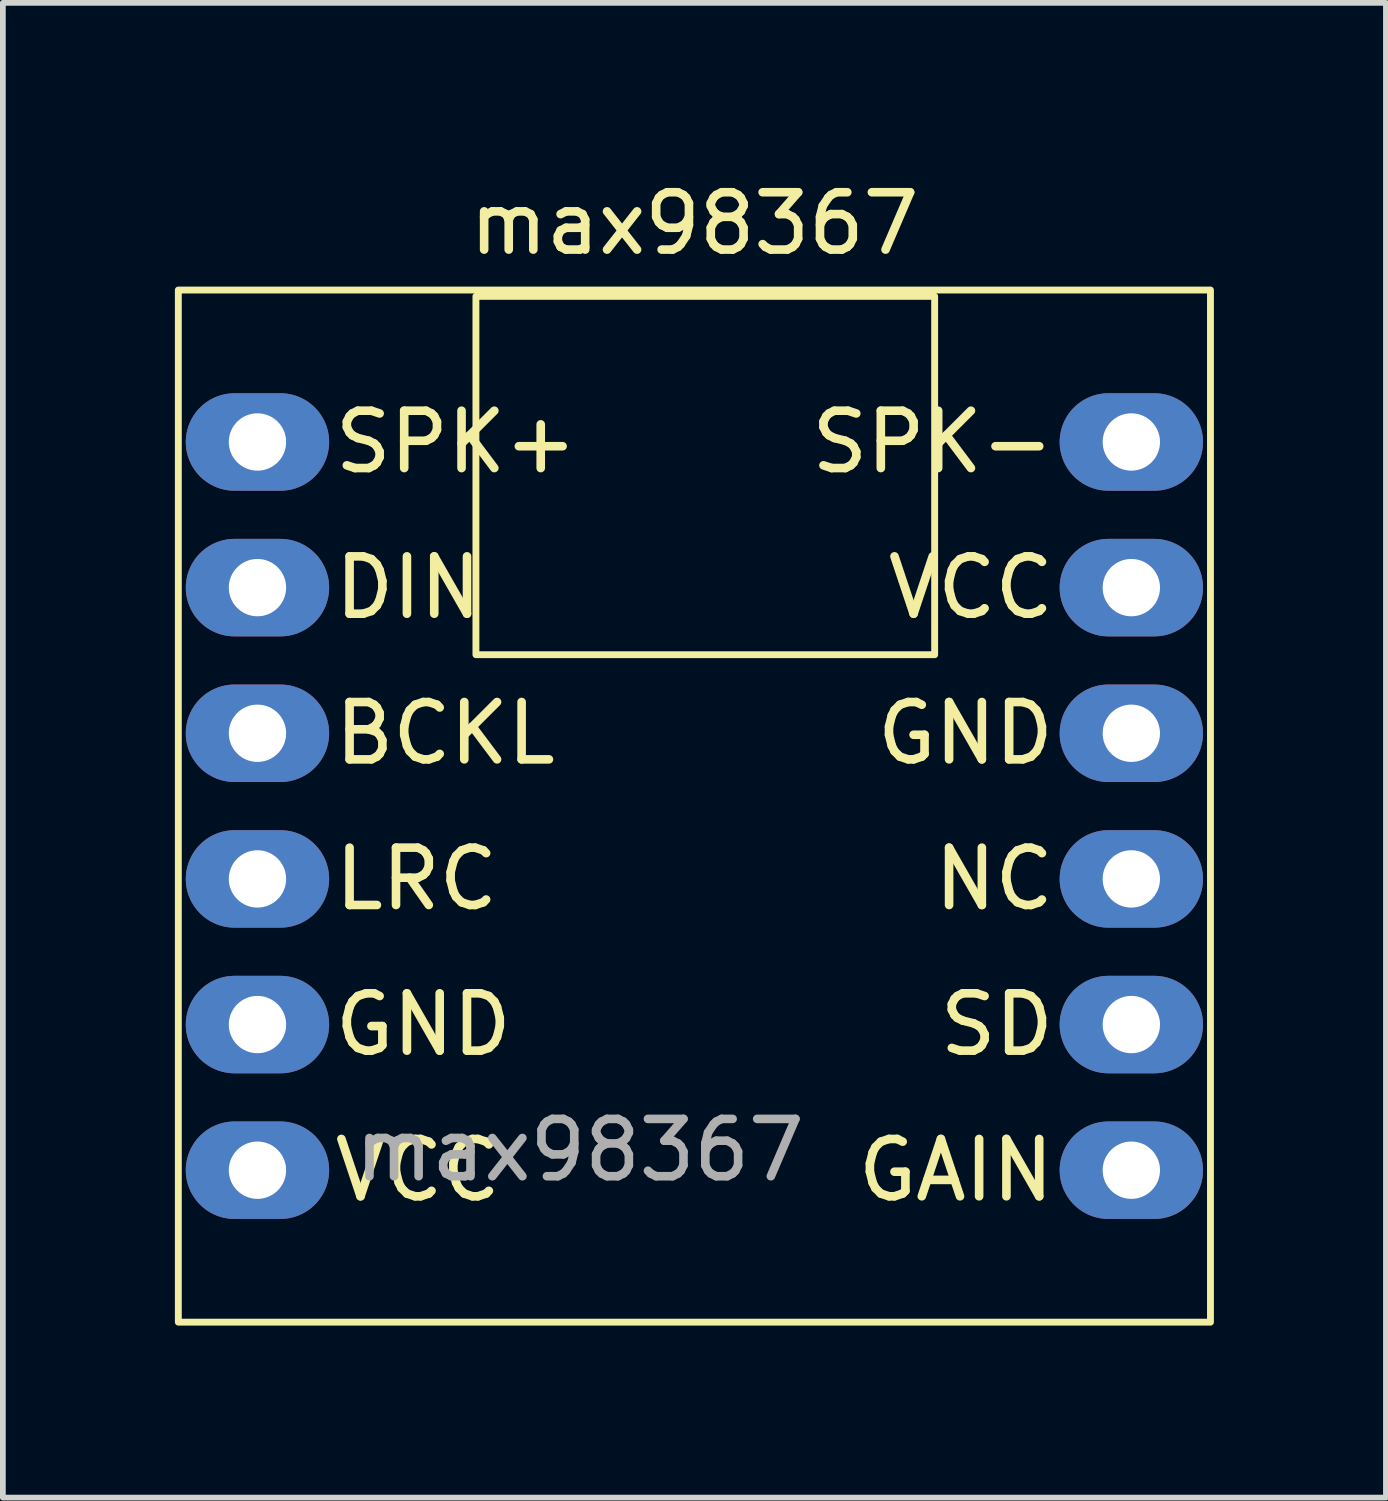
<source format=kicad_pcb>
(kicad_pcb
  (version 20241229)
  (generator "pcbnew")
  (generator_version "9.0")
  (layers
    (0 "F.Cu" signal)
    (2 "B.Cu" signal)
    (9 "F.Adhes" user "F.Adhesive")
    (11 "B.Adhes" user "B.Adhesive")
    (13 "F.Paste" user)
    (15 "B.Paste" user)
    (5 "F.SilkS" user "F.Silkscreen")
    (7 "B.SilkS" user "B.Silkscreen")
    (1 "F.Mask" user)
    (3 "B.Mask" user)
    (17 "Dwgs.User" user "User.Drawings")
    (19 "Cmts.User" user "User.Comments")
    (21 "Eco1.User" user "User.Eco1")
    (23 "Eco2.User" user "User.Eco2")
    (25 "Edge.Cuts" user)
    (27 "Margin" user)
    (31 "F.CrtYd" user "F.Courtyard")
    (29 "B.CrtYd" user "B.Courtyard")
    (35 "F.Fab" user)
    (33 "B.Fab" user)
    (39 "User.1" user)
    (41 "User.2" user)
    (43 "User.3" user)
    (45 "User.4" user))
  (footprint "max98367"
    (layer "F.Cu")
    (at 9.06 11.008)
    (property "Reference" "max98367" (at 0 -10.16 0) (unlocked yes) (layer "F.SilkS") (effects (font (size 1 1) (thickness 0.15))))
    (attr through_hole)
    (fp_rect (start -9 -9) (end 9 9) (stroke (width 0.12) (type solid)) (fill no) (layer "F.SilkS"))
    (fp_rect (start -3.81 -8.89) (end 4.19 -2.64) (stroke (width 0.12) (type solid)) (fill no) (layer "F.SilkS"))
    (fp_text user "SD" (at 6.35 3.81 0) (unlocked yes) (layer "F.SilkS") (effects (font (size 1 1) (thickness 0.15)) (justify right)))
    (fp_text user "VCC" (at -6.35 6.35 0) (unlocked yes) (layer "F.SilkS") (effects (font (size 1 1) (thickness 0.15)) (justify left)))
    (fp_text user "LRC" (at -6.35 1.27 0) (unlocked yes) (layer "F.SilkS") (effects (font (size 1 1) (thickness 0.15)) (justify left)))
    (fp_text user "SPK-" (at 6.35 -6.35 0) (unlocked yes) (layer "F.SilkS") (effects (font (size 1 1) (thickness 0.15)) (justify right)))
    (fp_text user "GND" (at -6.35 3.81 0) (unlocked yes) (layer "F.SilkS") (effects (font (size 1 1) (thickness 0.15)) (justify left)))
    (fp_text user "VCC" (at 6.35 -3.81 0) (unlocked yes) (layer "F.SilkS") (effects (font (size 1 1) (thickness 0.15)) (justify right)))
    (fp_text user "DIN" (at -6.35 -3.81 0) (unlocked yes) (layer "F.SilkS") (effects (font (size 1 1) (thickness 0.15)) (justify left)))
    (fp_text user "GND" (at 6.35 -1.27 0) (unlocked yes) (layer "F.SilkS") (effects (font (size 1 1) (thickness 0.15)) (justify right)))
    (fp_text user "NC" (at 6.35 1.27 0) (unlocked yes) (layer "F.SilkS") (effects (font (size 1 1) (thickness 0.15)) (justify right)))
    (fp_text user "GAIN" (at 6.35 6.35 0) (unlocked yes) (layer "F.SilkS") (effects (font (size 1 1) (thickness 0.15)) (justify right)))
    (fp_text user "BCKL" (at -6.35 -1.27 0) (unlocked yes) (layer "F.SilkS") (effects (font (size 1 1) (thickness 0.15)) (justify left)))
    (fp_text user "SPK+" (at -6.35 -6.35 0) (unlocked yes) (layer "F.SilkS") (effects (font (size 1 1) (thickness 0.15)) (justify left)))
    (fp_text user "${REFERENCE}" (at -2 6 0) (unlocked yes) (layer "F.Fab") (effects (font (size 1 1) (thickness 0.15))))
    (pad "1" thru_hole oval (at -7.62 -6.35) (size 2.5 1.7) (drill 1) (layers "*.Cu" "*.Mask"))
    (pad "2" thru_hole oval (at -7.62 -3.81) (size 2.5 1.7) (drill 1) (layers "*.Cu" "*.Mask"))
    (pad "3" thru_hole oval (at -7.62 -1.27) (size 2.5 1.7) (drill 1) (layers "*.Cu" "*.Mask"))
    (pad "4" thru_hole oval (at -7.62 1.27) (size 2.5 1.7) (drill 1) (layers "*.Cu" "*.Mask"))
    (pad "5" thru_hole oval (at -7.62 3.81) (size 2.5 1.7) (drill 1) (layers "*.Cu" "*.Mask"))
    (pad "6" thru_hole oval (at -7.62 6.35) (size 2.5 1.7) (drill 1) (layers "*.Cu" "*.Mask"))
    (pad "7" thru_hole oval (at 7.62 6.35) (size 2.5 1.7) (drill 1) (layers "*.Cu" "*.Mask"))
    (pad "8" thru_hole oval (at 7.62 3.81) (size 2.5 1.7) (drill 1) (layers "*.Cu" "*.Mask"))
    (pad "9" thru_hole oval (at 7.62 1.27) (size 2.5 1.7) (drill 1) (layers "*.Cu" "*.Mask"))
    (pad "10" thru_hole oval (at 7.62 -1.27) (size 2.5 1.7) (drill 1) (layers "*.Cu" "*.Mask"))
    (pad "11" thru_hole oval (at 7.62 -3.81) (size 2.5 1.7) (drill 1) (layers "*.Cu" "*.Mask"))
    (pad "12" thru_hole oval (at 7.62 -6.35) (size 2.5 1.7) (drill 1) (layers "*.Cu" "*.Mask")))
  (gr_rect
    (start -3 -3)
    (end 21.12 23.068)
    (stroke (width 0.1) (type default))
    (fill no)
    (layer "Edge.Cuts")))
</source>
